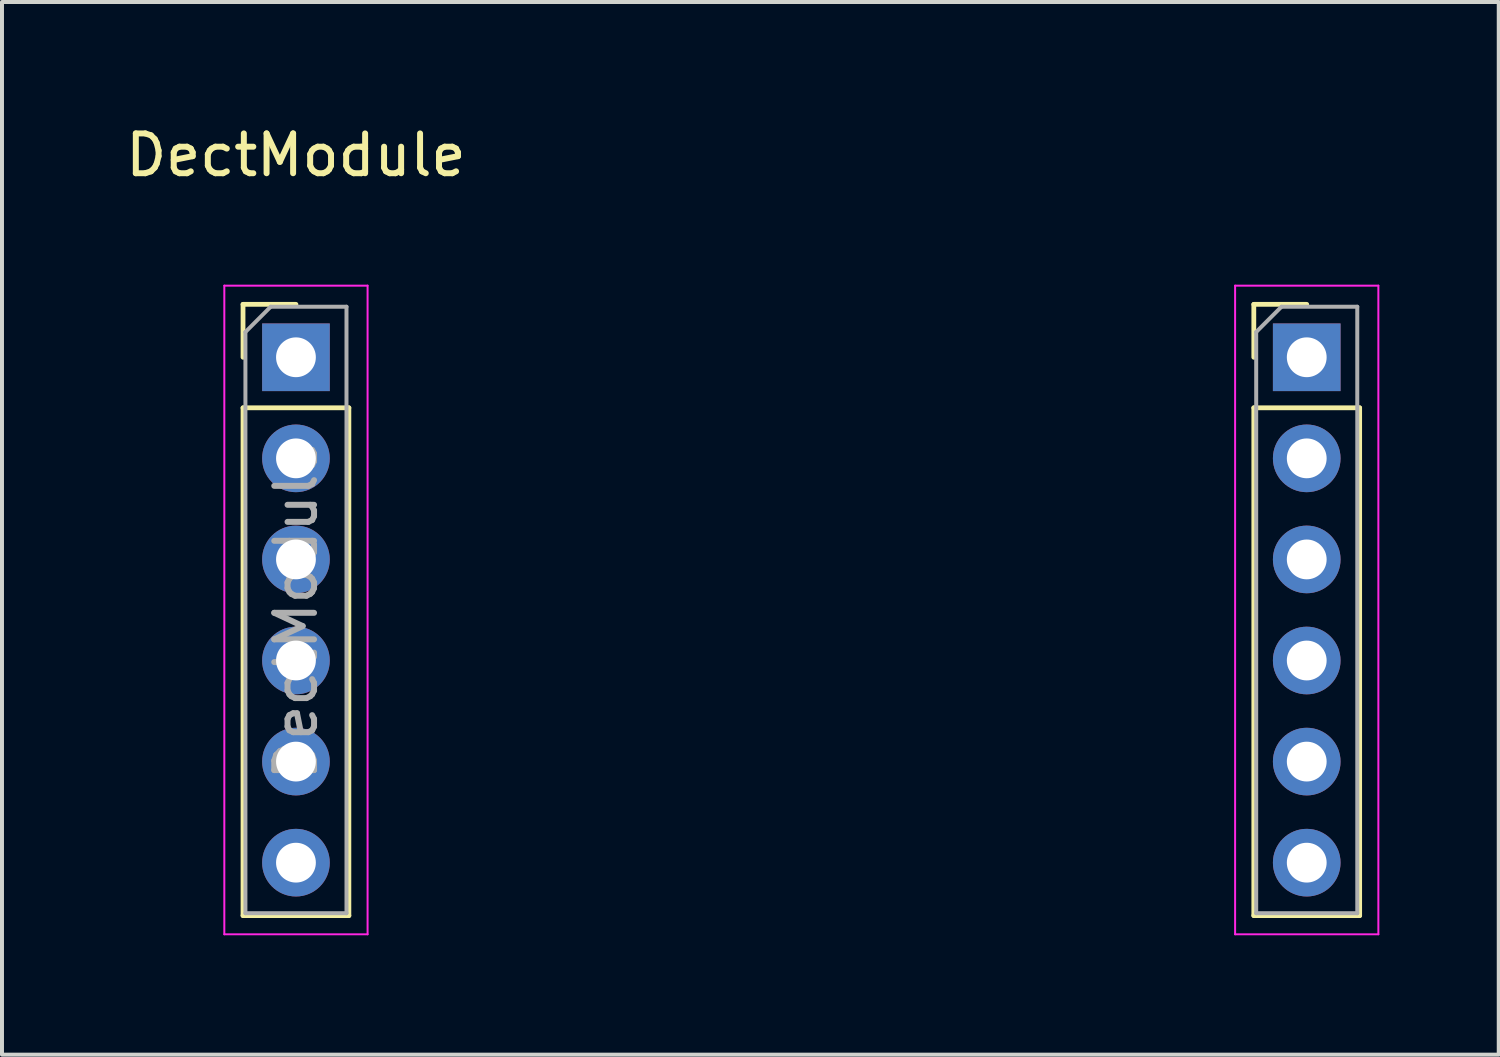
<source format=kicad_pcb>
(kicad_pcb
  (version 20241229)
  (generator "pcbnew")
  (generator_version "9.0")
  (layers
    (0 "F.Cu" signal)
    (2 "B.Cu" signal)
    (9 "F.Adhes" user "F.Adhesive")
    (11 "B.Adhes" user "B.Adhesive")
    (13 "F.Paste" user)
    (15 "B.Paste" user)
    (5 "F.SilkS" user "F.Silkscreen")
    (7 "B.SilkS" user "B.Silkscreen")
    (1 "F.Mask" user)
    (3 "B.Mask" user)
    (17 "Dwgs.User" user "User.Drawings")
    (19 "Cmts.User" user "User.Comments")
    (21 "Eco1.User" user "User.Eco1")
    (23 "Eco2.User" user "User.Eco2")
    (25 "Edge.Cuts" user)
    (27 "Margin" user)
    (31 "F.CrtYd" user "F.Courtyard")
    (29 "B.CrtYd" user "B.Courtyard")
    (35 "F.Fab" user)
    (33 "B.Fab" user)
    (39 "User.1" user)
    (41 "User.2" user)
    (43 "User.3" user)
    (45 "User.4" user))
  (footprint "DectModule"
    (layer "F.Cu")
    (at 4.387 5.928)
    (property "Reference" "DectModule" (at 0 -5.08 0) (layer "F.SilkS") (effects (font (size 1 1) (thickness 0.15))))
    (attr through_hole)
    (fp_line (start -1.33 -1.33) (end 0 -1.33) (stroke (width 0.12) (type solid)) (layer "F.SilkS"))
    (fp_line (start -1.33 0) (end -1.33 -1.33) (stroke (width 0.12) (type solid)) (layer "F.SilkS"))
    (fp_line (start -1.33 1.27) (end -1.33 14.03) (stroke (width 0.12) (type solid)) (layer "F.SilkS"))
    (fp_line (start -1.33 1.27) (end 1.33 1.27) (stroke (width 0.12) (type solid)) (layer "F.SilkS"))
    (fp_line (start -1.33 14.03) (end 1.33 14.03) (stroke (width 0.12) (type solid)) (layer "F.SilkS"))
    (fp_line (start 1.33 1.27) (end 1.33 14.03) (stroke (width 0.12) (type solid)) (layer "F.SilkS"))
    (fp_line (start 24.07 -1.33) (end 25.4 -1.33) (stroke (width 0.12) (type solid)) (layer "F.SilkS"))
    (fp_line (start 24.07 0) (end 24.07 -1.33) (stroke (width 0.12) (type solid)) (layer "F.SilkS"))
    (fp_line (start 24.07 1.27) (end 24.07 14.03) (stroke (width 0.12) (type solid)) (layer "F.SilkS"))
    (fp_line (start 24.07 1.27) (end 26.73 1.27) (stroke (width 0.12) (type solid)) (layer "F.SilkS"))
    (fp_line (start 24.07 14.03) (end 26.73 14.03) (stroke (width 0.12) (type solid)) (layer "F.SilkS"))
    (fp_line (start 26.73 1.27) (end 26.73 14.03) (stroke (width 0.12) (type solid)) (layer "F.SilkS"))
    (fp_line (start -1.8 -1.8) (end -1.8 14.5) (stroke (width 0.05) (type solid)) (layer "F.CrtYd"))
    (fp_line (start -1.8 14.5) (end 1.8 14.5) (stroke (width 0.05) (type solid)) (layer "F.CrtYd"))
    (fp_line (start 1.8 -1.8) (end -1.8 -1.8) (stroke (width 0.05) (type solid)) (layer "F.CrtYd"))
    (fp_line (start 1.8 14.5) (end 1.8 -1.8) (stroke (width 0.05) (type solid)) (layer "F.CrtYd"))
    (fp_line (start 23.6 -1.8) (end 23.6 14.5) (stroke (width 0.05) (type solid)) (layer "F.CrtYd"))
    (fp_line (start 23.6 14.5) (end 27.2 14.5) (stroke (width 0.05) (type solid)) (layer "F.CrtYd"))
    (fp_line (start 27.2 -1.8) (end 23.6 -1.8) (stroke (width 0.05) (type solid)) (layer "F.CrtYd"))
    (fp_line (start 27.2 14.5) (end 27.2 -1.8) (stroke (width 0.05) (type solid)) (layer "F.CrtYd"))
    (fp_line (start -1.27 -0.635) (end -0.635 -1.27) (stroke (width 0.1) (type solid)) (layer "F.Fab"))
    (fp_line (start -1.27 13.97) (end -1.27 -0.635) (stroke (width 0.1) (type solid)) (layer "F.Fab"))
    (fp_line (start -0.635 -1.27) (end 1.27 -1.27) (stroke (width 0.1) (type solid)) (layer "F.Fab"))
    (fp_line (start 1.27 -1.27) (end 1.27 13.97) (stroke (width 0.1) (type solid)) (layer "F.Fab"))
    (fp_line (start 1.27 13.97) (end -1.27 13.97) (stroke (width 0.1) (type solid)) (layer "F.Fab"))
    (fp_line (start 24.13 -0.635) (end 24.765 -1.27) (stroke (width 0.1) (type solid)) (layer "F.Fab"))
    (fp_line (start 24.13 13.97) (end 24.13 -0.635) (stroke (width 0.1) (type solid)) (layer "F.Fab"))
    (fp_line (start 24.765 -1.27) (end 26.67 -1.27) (stroke (width 0.1) (type solid)) (layer "F.Fab"))
    (fp_line (start 26.67 -1.27) (end 26.67 13.97) (stroke (width 0.1) (type solid)) (layer "F.Fab"))
    (fp_line (start 26.67 13.97) (end 24.13 13.97) (stroke (width 0.1) (type solid)) (layer "F.Fab"))
    (fp_text user "${REFERENCE}" (at 0 6.35 90) (layer "F.Fab") (effects (font (size 1 1) (thickness 0.15))))
    (pad "1" thru_hole rect (at 0 0) (size 1.7 1.7) (drill 1) (layers "*.Cu" "*.Mask"))
    (pad "2" thru_hole oval (at 0 2.54) (size 1.7 1.7) (drill 1) (layers "*.Cu" "*.Mask"))
    (pad "3" thru_hole oval (at 0 5.08) (size 1.7 1.7) (drill 1) (layers "*.Cu" "*.Mask"))
    (pad "4" thru_hole oval (at 0 7.62) (size 1.7 1.7) (drill 1) (layers "*.Cu" "*.Mask"))
    (pad "5" thru_hole oval (at 0 10.16) (size 1.7 1.7) (drill 1) (layers "*.Cu" "*.Mask"))
    (pad "6" thru_hole oval (at 0 12.7) (size 1.7 1.7) (drill 1) (layers "*.Cu" "*.Mask"))
    (pad "7" thru_hole rect (at 25.4 0) (size 1.7 1.7) (drill 1) (layers "*.Cu" "*.Mask"))
    (pad "8" thru_hole oval (at 25.4 2.54) (size 1.7 1.7) (drill 1) (layers "*.Cu" "*.Mask"))
    (pad "9" thru_hole oval (at 25.4 5.08) (size 1.7 1.7) (drill 1) (layers "*.Cu" "*.Mask"))
    (pad "10" thru_hole oval (at 25.4 7.62) (size 1.7 1.7) (drill 1) (layers "*.Cu" "*.Mask"))
    (pad "11" thru_hole oval (at 25.4 10.16) (size 1.7 1.7) (drill 1) (layers "*.Cu" "*.Mask"))
    (pad "12" thru_hole oval (at 25.4 12.7) (size 1.7 1.7) (drill 1) (layers "*.Cu" "*.Mask")))
  (gr_rect
    (start -3 -3)
    (end 34.612 23.453)
    (stroke (width 0.1) (type default))
    (fill no)
    (layer "Edge.Cuts")))
</source>
